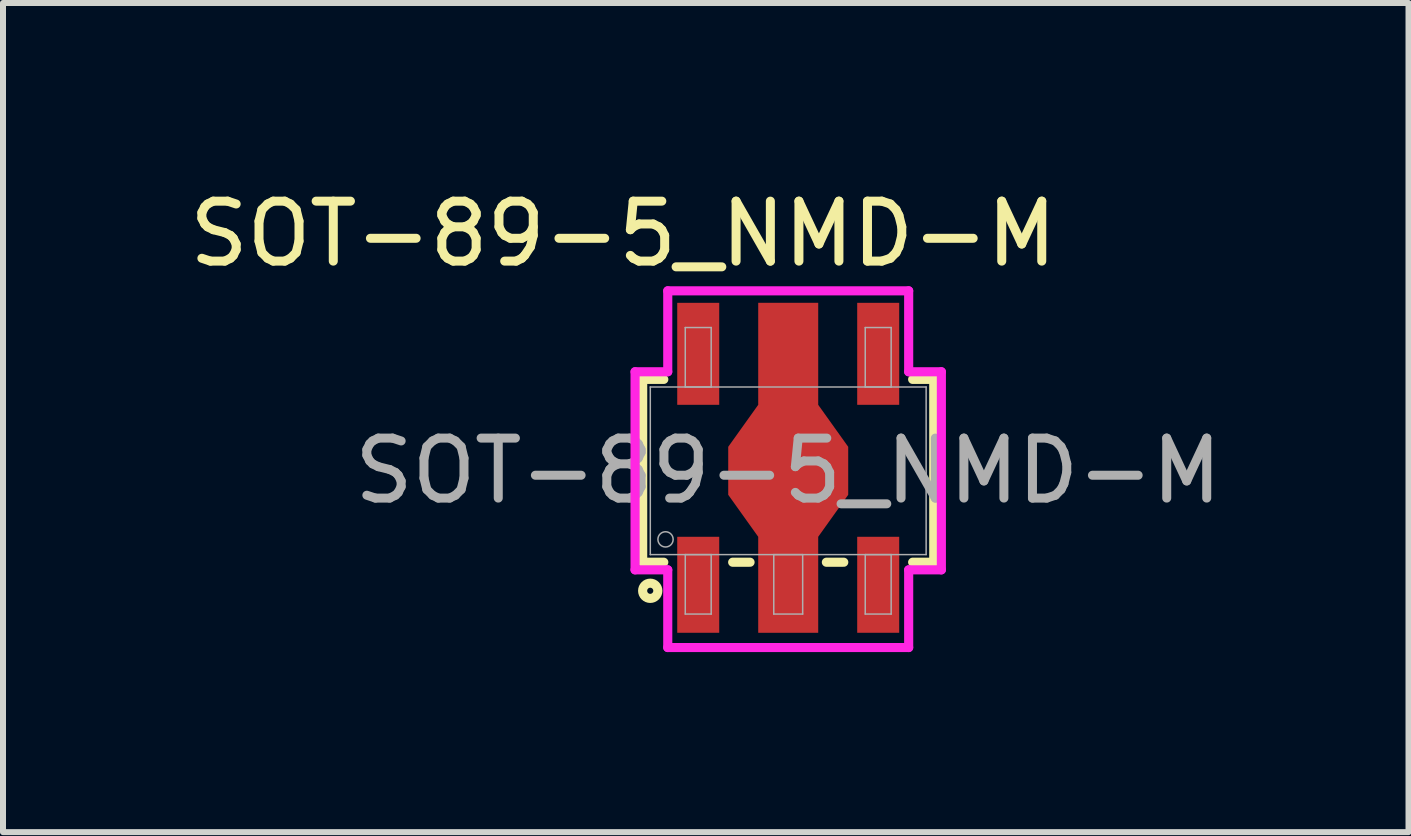
<source format=kicad_pcb>
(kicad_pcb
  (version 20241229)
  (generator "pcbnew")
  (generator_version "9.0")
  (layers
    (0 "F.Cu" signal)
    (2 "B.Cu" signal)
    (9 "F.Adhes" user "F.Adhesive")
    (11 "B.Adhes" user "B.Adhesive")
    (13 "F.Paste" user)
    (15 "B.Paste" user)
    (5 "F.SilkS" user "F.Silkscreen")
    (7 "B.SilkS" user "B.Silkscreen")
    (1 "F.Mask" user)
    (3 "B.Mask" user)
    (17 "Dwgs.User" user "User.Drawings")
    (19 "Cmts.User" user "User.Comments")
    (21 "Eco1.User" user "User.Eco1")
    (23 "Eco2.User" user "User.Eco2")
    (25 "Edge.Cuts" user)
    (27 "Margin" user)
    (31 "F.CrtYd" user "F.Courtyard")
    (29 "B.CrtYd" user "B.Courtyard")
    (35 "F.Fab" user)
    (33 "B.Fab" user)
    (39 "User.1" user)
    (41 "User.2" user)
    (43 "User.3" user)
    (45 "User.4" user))
  (footprint "SOT-89-5_NMD-M"
    (layer "F.Cu")
    (at 10.089 4.798)
    (property "Reference" "SOT-89-5_NMD-M" (at -2.75 -3.95 0) (unlocked yes) (layer "F.SilkS") (effects (font (size 1 1) (thickness 0.15))))
    (attr smd)
    (fp_line (start -2.426 -1.524) (end -2.426 1.524) (stroke (width 0.152) (type solid)) (layer "F.SilkS"))
    (fp_line (start -2.426 1.524) (end -2.074 1.524) (stroke (width 0.152) (type solid)) (layer "F.SilkS"))
    (fp_line (start -2.074 -1.524) (end -2.426 -1.524) (stroke (width 0.152) (type solid)) (layer "F.SilkS"))
    (fp_line (start -0.926 1.524) (end -0.636 1.524) (stroke (width 0.152) (type solid)) (layer "F.SilkS"))
    (fp_line (start 0.636 1.524) (end 0.926 1.524) (stroke (width 0.152) (type solid)) (layer "F.SilkS"))
    (fp_line (start 2.074 1.524) (end 2.426 1.524) (stroke (width 0.152) (type solid)) (layer "F.SilkS"))
    (fp_line (start 2.426 -1.524) (end 2.074 -1.524) (stroke (width 0.152) (type solid)) (layer "F.SilkS"))
    (fp_line (start 2.426 1.524) (end 2.426 -1.524) (stroke (width 0.152) (type solid)) (layer "F.SilkS"))
    (fp_circle (center -2.3 2) (end -2.173 2) (stroke (width 0.152) (type solid)) (fill no) (layer "F.SilkS"))
    (fp_line (start -2.553 -1.651) (end -2.008 -1.651) (stroke (width 0.152) (type solid)) (layer "F.CrtYd"))
    (fp_line (start -2.553 1.651) (end -2.553 -1.651) (stroke (width 0.152) (type solid)) (layer "F.CrtYd"))
    (fp_line (start -2.008 -3) (end 2.008 -3) (stroke (width 0.152) (type solid)) (layer "F.CrtYd"))
    (fp_line (start -2.008 -1.651) (end -2.008 -3) (stroke (width 0.152) (type solid)) (layer "F.CrtYd"))
    (fp_line (start -2.008 1.651) (end -2.553 1.651) (stroke (width 0.152) (type solid)) (layer "F.CrtYd"))
    (fp_line (start -2.008 2.946) (end -2.008 1.651) (stroke (width 0.152) (type solid)) (layer "F.CrtYd"))
    (fp_line (start 2.008 -3) (end 2.008 -1.651) (stroke (width 0.152) (type solid)) (layer "F.CrtYd"))
    (fp_line (start 2.008 -1.651) (end 2.553 -1.651) (stroke (width 0.152) (type solid)) (layer "F.CrtYd"))
    (fp_line (start 2.008 1.651) (end 2.008 2.946) (stroke (width 0.152) (type solid)) (layer "F.CrtYd"))
    (fp_line (start 2.008 2.946) (end -2.008 2.946) (stroke (width 0.152) (type solid)) (layer "F.CrtYd"))
    (fp_line (start 2.553 -1.651) (end 2.553 1.651) (stroke (width 0.152) (type solid)) (layer "F.CrtYd"))
    (fp_line (start 2.553 1.651) (end 2.008 1.651) (stroke (width 0.152) (type solid)) (layer "F.CrtYd"))
    (fp_line (start -2.299 -1.397) (end -2.299 1.397) (stroke (width 0.025) (type solid)) (layer "F.Fab"))
    (fp_line (start -2.299 1.397) (end 2.299 1.397) (stroke (width 0.025) (type solid)) (layer "F.Fab"))
    (fp_line (start -1.716 -2.388) (end -1.716 -1.397) (stroke (width 0.025) (type solid)) (layer "F.Fab"))
    (fp_line (start -1.716 -1.397) (end -1.284 -1.397) (stroke (width 0.025) (type solid)) (layer "F.Fab"))
    (fp_line (start -1.716 1.397) (end -1.716 2.388) (stroke (width 0.025) (type solid)) (layer "F.Fab"))
    (fp_line (start -1.716 2.388) (end -1.284 2.388) (stroke (width 0.025) (type solid)) (layer "F.Fab"))
    (fp_line (start -1.284 -2.388) (end -1.716 -2.388) (stroke (width 0.025) (type solid)) (layer "F.Fab"))
    (fp_line (start -1.284 -1.397) (end -1.284 -2.388) (stroke (width 0.025) (type solid)) (layer "F.Fab"))
    (fp_line (start -1.284 1.397) (end -1.716 1.397) (stroke (width 0.025) (type solid)) (layer "F.Fab"))
    (fp_line (start -1.284 2.388) (end -1.284 1.397) (stroke (width 0.025) (type solid)) (layer "F.Fab"))
    (fp_line (start -0.241 1.397) (end -0.241 2.388) (stroke (width 0.025) (type solid)) (layer "F.Fab"))
    (fp_line (start -0.241 2.388) (end 0.241 2.388) (stroke (width 0.025) (type solid)) (layer "F.Fab"))
    (fp_line (start 0.241 1.397) (end -0.241 1.397) (stroke (width 0.025) (type solid)) (layer "F.Fab"))
    (fp_line (start 0.241 2.388) (end 0.241 1.397) (stroke (width 0.025) (type solid)) (layer "F.Fab"))
    (fp_line (start 1.284 -2.388) (end 1.284 -1.397) (stroke (width 0.025) (type solid)) (layer "F.Fab"))
    (fp_line (start 1.284 -1.397) (end 1.716 -1.397) (stroke (width 0.025) (type solid)) (layer "F.Fab"))
    (fp_line (start 1.284 1.397) (end 1.284 2.388) (stroke (width 0.025) (type solid)) (layer "F.Fab"))
    (fp_line (start 1.284 2.388) (end 1.716 2.388) (stroke (width 0.025) (type solid)) (layer "F.Fab"))
    (fp_line (start 1.716 -2.388) (end 1.284 -2.388) (stroke (width 0.025) (type solid)) (layer "F.Fab"))
    (fp_line (start 1.716 -1.397) (end 1.716 -2.388) (stroke (width 0.025) (type solid)) (layer "F.Fab"))
    (fp_line (start 1.716 1.397) (end 1.284 1.397) (stroke (width 0.025) (type solid)) (layer "F.Fab"))
    (fp_line (start 1.716 2.388) (end 1.716 1.397) (stroke (width 0.025) (type solid)) (layer "F.Fab"))
    (fp_line (start 2.299 -1.397) (end -2.299 -1.397) (stroke (width 0.025) (type solid)) (layer "F.Fab"))
    (fp_line (start 2.299 1.397) (end 2.299 -1.397) (stroke (width 0.025) (type solid)) (layer "F.Fab"))
    (fp_circle (center -2.045 1.143) (end -1.918 1.143) (stroke (width 0.025) (type solid)) (fill no) (layer "F.Fab"))
    (fp_text user "${REFERENCE}" (at 0 0 0) (unlocked yes) (layer "F.Fab") (effects (font (size 1 1) (thickness 0.15))))
    (pad "1" smd rect (at -1.5 1.9) (size 0.7 1.6) (layers "F.Cu" "F.Mask" "F.Paste"))
    (pad "2" smd custom (at 0 -0.05) (size 1 5.5) (layers "F.Cu" "F.Mask" "F.Paste") (options (anchor rect)) (primitives (gr_poly (pts (xy -0.5 -1.05) (xy 0.5 -1.05) (xy 1 -0.35) (xy 1 0.45) (xy 0.5 1.15) (xy -0.5 1.15) (xy -1 0.45) (xy -1 -0.35)) (width 0) (fill yes))))
    (pad "3" smd rect (at 1.5 1.9) (size 0.7 1.6) (layers "F.Cu" "F.Mask" "F.Paste"))
    (pad "4" smd rect (at 1.5 -1.95) (size 0.7 1.7) (layers "F.Cu" "F.Mask" "F.Paste"))
    (pad "5" smd rect (at -1.5 -1.95) (size 0.7 1.7) (layers "F.Cu" "F.Mask" "F.Paste")))
  (gr_rect
    (start -3 -3)
    (end 20.429 10.821)
    (stroke (width 0.1) (type default))
    (fill no)
    (layer "Edge.Cuts")))
</source>
